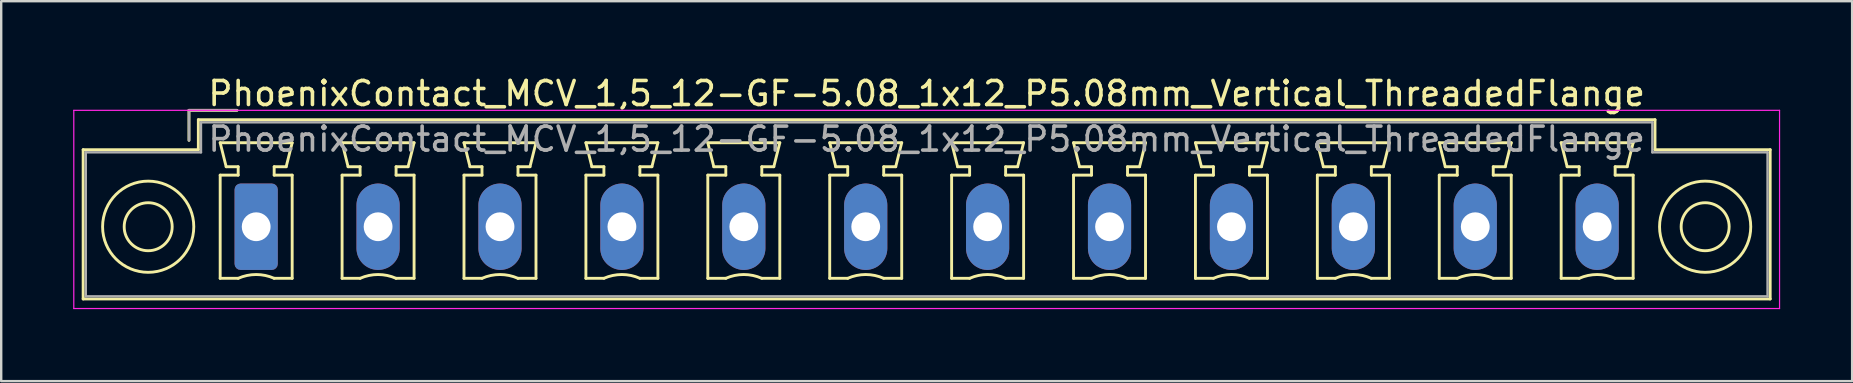
<source format=kicad_pcb>
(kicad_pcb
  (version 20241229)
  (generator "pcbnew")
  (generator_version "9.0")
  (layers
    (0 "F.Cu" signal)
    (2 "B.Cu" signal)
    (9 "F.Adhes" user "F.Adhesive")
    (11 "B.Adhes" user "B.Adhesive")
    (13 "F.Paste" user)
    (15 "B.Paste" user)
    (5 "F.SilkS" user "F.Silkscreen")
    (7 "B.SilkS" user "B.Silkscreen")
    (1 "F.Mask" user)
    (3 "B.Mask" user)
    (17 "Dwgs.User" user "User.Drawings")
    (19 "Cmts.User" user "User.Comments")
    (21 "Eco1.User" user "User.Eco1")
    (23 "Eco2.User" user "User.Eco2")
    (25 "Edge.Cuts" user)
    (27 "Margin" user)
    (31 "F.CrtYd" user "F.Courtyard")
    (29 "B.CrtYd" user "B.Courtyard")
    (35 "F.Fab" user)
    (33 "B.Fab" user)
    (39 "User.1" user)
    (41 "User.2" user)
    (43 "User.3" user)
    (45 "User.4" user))
  (footprint "PhoenixContact_MCV_1,5_12-GF-5.08_1x12_P5.08mm_Vertical_ThreadedFlange"
    (layer "F.Cu")
    (at 7.625 6.398)
    (property "Reference" "PhoenixContact_MCV_1,5_12-GF-5.08_1x12_P5.08mm_Vertical_ThreadedFlange" (at 27.94 -5.55 0) (layer "F.SilkS") (effects (font (size 1 1) (thickness 0.15))))
    (attr through_hole)
    (fp_line (start -7.21 -3.21) (end -7.21 3.01) (stroke (width 0.12) (type solid)) (layer "F.SilkS"))
    (fp_line (start -7.21 3.01) (end 63.09 3.01) (stroke (width 0.12) (type solid)) (layer "F.SilkS"))
    (fp_line (start -2.8 -4.85) (end -0.8 -4.85) (stroke (width 0.12) (type solid)) (layer "F.SilkS"))
    (fp_line (start -2.8 -3.6) (end -2.8 -4.85) (stroke (width 0.12) (type solid)) (layer "F.SilkS"))
    (fp_line (start -2.41 -4.46) (end -2.41 -3.21) (stroke (width 0.12) (type solid)) (layer "F.SilkS"))
    (fp_line (start -2.41 -3.21) (end -7.21 -3.21) (stroke (width 0.12) (type solid)) (layer "F.SilkS"))
    (fp_line (start -1.5 -3.5) (end 1.5 -3.5) (stroke (width 0.12) (type solid)) (layer "F.SilkS"))
    (fp_line (start -1.5 -2.15) (end -0.75 -2.15) (stroke (width 0.12) (type solid)) (layer "F.SilkS"))
    (fp_line (start -1.5 2.15) (end -1.5 -2.15) (stroke (width 0.12) (type solid)) (layer "F.SilkS"))
    (fp_line (start -1.25 -2.5) (end -1.5 -3.5) (stroke (width 0.12) (type solid)) (layer "F.SilkS"))
    (fp_line (start -0.75 -2.5) (end -1.25 -2.5) (stroke (width 0.12) (type solid)) (layer "F.SilkS"))
    (fp_line (start -0.75 -2.15) (end -0.75 -2.5) (stroke (width 0.12) (type solid)) (layer "F.SilkS"))
    (fp_line (start -0.75 2.15) (end -1.5 2.15) (stroke (width 0.12) (type solid)) (layer "F.SilkS"))
    (fp_line (start 0.75 -2.5) (end 0.75 -2.15) (stroke (width 0.12) (type solid)) (layer "F.SilkS"))
    (fp_line (start 0.75 -2.15) (end 1.5 -2.15) (stroke (width 0.12) (type solid)) (layer "F.SilkS"))
    (fp_line (start 1.25 -2.5) (end 0.75 -2.5) (stroke (width 0.12) (type solid)) (layer "F.SilkS"))
    (fp_line (start 1.5 -3.5) (end 1.25 -2.5) (stroke (width 0.12) (type solid)) (layer "F.SilkS"))
    (fp_line (start 1.5 -2.15) (end 1.5 2.15) (stroke (width 0.12) (type solid)) (layer "F.SilkS"))
    (fp_line (start 1.5 2.15) (end 0.75 2.15) (stroke (width 0.12) (type solid)) (layer "F.SilkS"))
    (fp_line (start 3.58 -3.5) (end 6.58 -3.5) (stroke (width 0.12) (type solid)) (layer "F.SilkS"))
    (fp_line (start 3.58 -2.15) (end 4.33 -2.15) (stroke (width 0.12) (type solid)) (layer "F.SilkS"))
    (fp_line (start 3.58 2.15) (end 3.58 -2.15) (stroke (width 0.12) (type solid)) (layer "F.SilkS"))
    (fp_line (start 3.83 -2.5) (end 3.58 -3.5) (stroke (width 0.12) (type solid)) (layer "F.SilkS"))
    (fp_line (start 4.33 -2.5) (end 3.83 -2.5) (stroke (width 0.12) (type solid)) (layer "F.SilkS"))
    (fp_line (start 4.33 -2.15) (end 4.33 -2.5) (stroke (width 0.12) (type solid)) (layer "F.SilkS"))
    (fp_line (start 4.33 2.15) (end 3.58 2.15) (stroke (width 0.12) (type solid)) (layer "F.SilkS"))
    (fp_line (start 5.83 -2.5) (end 5.83 -2.15) (stroke (width 0.12) (type solid)) (layer "F.SilkS"))
    (fp_line (start 5.83 -2.15) (end 6.58 -2.15) (stroke (width 0.12) (type solid)) (layer "F.SilkS"))
    (fp_line (start 6.33 -2.5) (end 5.83 -2.5) (stroke (width 0.12) (type solid)) (layer "F.SilkS"))
    (fp_line (start 6.58 -3.5) (end 6.33 -2.5) (stroke (width 0.12) (type solid)) (layer "F.SilkS"))
    (fp_line (start 6.58 -2.15) (end 6.58 2.15) (stroke (width 0.12) (type solid)) (layer "F.SilkS"))
    (fp_line (start 6.58 2.15) (end 5.83 2.15) (stroke (width 0.12) (type solid)) (layer "F.SilkS"))
    (fp_line (start 8.66 -3.5) (end 11.66 -3.5) (stroke (width 0.12) (type solid)) (layer "F.SilkS"))
    (fp_line (start 8.66 -2.15) (end 9.41 -2.15) (stroke (width 0.12) (type solid)) (layer "F.SilkS"))
    (fp_line (start 8.66 2.15) (end 8.66 -2.15) (stroke (width 0.12) (type solid)) (layer "F.SilkS"))
    (fp_line (start 8.91 -2.5) (end 8.66 -3.5) (stroke (width 0.12) (type solid)) (layer "F.SilkS"))
    (fp_line (start 9.41 -2.5) (end 8.91 -2.5) (stroke (width 0.12) (type solid)) (layer "F.SilkS"))
    (fp_line (start 9.41 -2.15) (end 9.41 -2.5) (stroke (width 0.12) (type solid)) (layer "F.SilkS"))
    (fp_line (start 9.41 2.15) (end 8.66 2.15) (stroke (width 0.12) (type solid)) (layer "F.SilkS"))
    (fp_line (start 10.91 -2.5) (end 10.91 -2.15) (stroke (width 0.12) (type solid)) (layer "F.SilkS"))
    (fp_line (start 10.91 -2.15) (end 11.66 -2.15) (stroke (width 0.12) (type solid)) (layer "F.SilkS"))
    (fp_line (start 11.41 -2.5) (end 10.91 -2.5) (stroke (width 0.12) (type solid)) (layer "F.SilkS"))
    (fp_line (start 11.66 -3.5) (end 11.41 -2.5) (stroke (width 0.12) (type solid)) (layer "F.SilkS"))
    (fp_line (start 11.66 -2.15) (end 11.66 2.15) (stroke (width 0.12) (type solid)) (layer "F.SilkS"))
    (fp_line (start 11.66 2.15) (end 10.91 2.15) (stroke (width 0.12) (type solid)) (layer "F.SilkS"))
    (fp_line (start 13.74 -3.5) (end 16.74 -3.5) (stroke (width 0.12) (type solid)) (layer "F.SilkS"))
    (fp_line (start 13.74 -2.15) (end 14.49 -2.15) (stroke (width 0.12) (type solid)) (layer "F.SilkS"))
    (fp_line (start 13.74 2.15) (end 13.74 -2.15) (stroke (width 0.12) (type solid)) (layer "F.SilkS"))
    (fp_line (start 13.99 -2.5) (end 13.74 -3.5) (stroke (width 0.12) (type solid)) (layer "F.SilkS"))
    (fp_line (start 14.49 -2.5) (end 13.99 -2.5) (stroke (width 0.12) (type solid)) (layer "F.SilkS"))
    (fp_line (start 14.49 -2.15) (end 14.49 -2.5) (stroke (width 0.12) (type solid)) (layer "F.SilkS"))
    (fp_line (start 14.49 2.15) (end 13.74 2.15) (stroke (width 0.12) (type solid)) (layer "F.SilkS"))
    (fp_line (start 15.99 -2.5) (end 15.99 -2.15) (stroke (width 0.12) (type solid)) (layer "F.SilkS"))
    (fp_line (start 15.99 -2.15) (end 16.74 -2.15) (stroke (width 0.12) (type solid)) (layer "F.SilkS"))
    (fp_line (start 16.49 -2.5) (end 15.99 -2.5) (stroke (width 0.12) (type solid)) (layer "F.SilkS"))
    (fp_line (start 16.74 -3.5) (end 16.49 -2.5) (stroke (width 0.12) (type solid)) (layer "F.SilkS"))
    (fp_line (start 16.74 -2.15) (end 16.74 2.15) (stroke (width 0.12) (type solid)) (layer "F.SilkS"))
    (fp_line (start 16.74 2.15) (end 15.99 2.15) (stroke (width 0.12) (type solid)) (layer "F.SilkS"))
    (fp_line (start 18.82 -3.5) (end 21.82 -3.5) (stroke (width 0.12) (type solid)) (layer "F.SilkS"))
    (fp_line (start 18.82 -2.15) (end 19.57 -2.15) (stroke (width 0.12) (type solid)) (layer "F.SilkS"))
    (fp_line (start 18.82 2.15) (end 18.82 -2.15) (stroke (width 0.12) (type solid)) (layer "F.SilkS"))
    (fp_line (start 19.07 -2.5) (end 18.82 -3.5) (stroke (width 0.12) (type solid)) (layer "F.SilkS"))
    (fp_line (start 19.57 -2.5) (end 19.07 -2.5) (stroke (width 0.12) (type solid)) (layer "F.SilkS"))
    (fp_line (start 19.57 -2.15) (end 19.57 -2.5) (stroke (width 0.12) (type solid)) (layer "F.SilkS"))
    (fp_line (start 19.57 2.15) (end 18.82 2.15) (stroke (width 0.12) (type solid)) (layer "F.SilkS"))
    (fp_line (start 21.07 -2.5) (end 21.07 -2.15) (stroke (width 0.12) (type solid)) (layer "F.SilkS"))
    (fp_line (start 21.07 -2.15) (end 21.82 -2.15) (stroke (width 0.12) (type solid)) (layer "F.SilkS"))
    (fp_line (start 21.57 -2.5) (end 21.07 -2.5) (stroke (width 0.12) (type solid)) (layer "F.SilkS"))
    (fp_line (start 21.82 -3.5) (end 21.57 -2.5) (stroke (width 0.12) (type solid)) (layer "F.SilkS"))
    (fp_line (start 21.82 -2.15) (end 21.82 2.15) (stroke (width 0.12) (type solid)) (layer "F.SilkS"))
    (fp_line (start 21.82 2.15) (end 21.07 2.15) (stroke (width 0.12) (type solid)) (layer "F.SilkS"))
    (fp_line (start 23.9 -3.5) (end 26.9 -3.5) (stroke (width 0.12) (type solid)) (layer "F.SilkS"))
    (fp_line (start 23.9 -2.15) (end 24.65 -2.15) (stroke (width 0.12) (type solid)) (layer "F.SilkS"))
    (fp_line (start 23.9 2.15) (end 23.9 -2.15) (stroke (width 0.12) (type solid)) (layer "F.SilkS"))
    (fp_line (start 24.15 -2.5) (end 23.9 -3.5) (stroke (width 0.12) (type solid)) (layer "F.SilkS"))
    (fp_line (start 24.65 -2.5) (end 24.15 -2.5) (stroke (width 0.12) (type solid)) (layer "F.SilkS"))
    (fp_line (start 24.65 -2.15) (end 24.65 -2.5) (stroke (width 0.12) (type solid)) (layer "F.SilkS"))
    (fp_line (start 24.65 2.15) (end 23.9 2.15) (stroke (width 0.12) (type solid)) (layer "F.SilkS"))
    (fp_line (start 26.15 -2.5) (end 26.15 -2.15) (stroke (width 0.12) (type solid)) (layer "F.SilkS"))
    (fp_line (start 26.15 -2.15) (end 26.9 -2.15) (stroke (width 0.12) (type solid)) (layer "F.SilkS"))
    (fp_line (start 26.65 -2.5) (end 26.15 -2.5) (stroke (width 0.12) (type solid)) (layer "F.SilkS"))
    (fp_line (start 26.9 -3.5) (end 26.65 -2.5) (stroke (width 0.12) (type solid)) (layer "F.SilkS"))
    (fp_line (start 26.9 -2.15) (end 26.9 2.15) (stroke (width 0.12) (type solid)) (layer "F.SilkS"))
    (fp_line (start 26.9 2.15) (end 26.15 2.15) (stroke (width 0.12) (type solid)) (layer "F.SilkS"))
    (fp_line (start 28.98 -3.5) (end 31.98 -3.5) (stroke (width 0.12) (type solid)) (layer "F.SilkS"))
    (fp_line (start 28.98 -2.15) (end 29.73 -2.15) (stroke (width 0.12) (type solid)) (layer "F.SilkS"))
    (fp_line (start 28.98 2.15) (end 28.98 -2.15) (stroke (width 0.12) (type solid)) (layer "F.SilkS"))
    (fp_line (start 29.23 -2.5) (end 28.98 -3.5) (stroke (width 0.12) (type solid)) (layer "F.SilkS"))
    (fp_line (start 29.73 -2.5) (end 29.23 -2.5) (stroke (width 0.12) (type solid)) (layer "F.SilkS"))
    (fp_line (start 29.73 -2.15) (end 29.73 -2.5) (stroke (width 0.12) (type solid)) (layer "F.SilkS"))
    (fp_line (start 29.73 2.15) (end 28.98 2.15) (stroke (width 0.12) (type solid)) (layer "F.SilkS"))
    (fp_line (start 31.23 -2.5) (end 31.23 -2.15) (stroke (width 0.12) (type solid)) (layer "F.SilkS"))
    (fp_line (start 31.23 -2.15) (end 31.98 -2.15) (stroke (width 0.12) (type solid)) (layer "F.SilkS"))
    (fp_line (start 31.73 -2.5) (end 31.23 -2.5) (stroke (width 0.12) (type solid)) (layer "F.SilkS"))
    (fp_line (start 31.98 -3.5) (end 31.73 -2.5) (stroke (width 0.12) (type solid)) (layer "F.SilkS"))
    (fp_line (start 31.98 -2.15) (end 31.98 2.15) (stroke (width 0.12) (type solid)) (layer "F.SilkS"))
    (fp_line (start 31.98 2.15) (end 31.23 2.15) (stroke (width 0.12) (type solid)) (layer "F.SilkS"))
    (fp_line (start 34.06 -3.5) (end 37.06 -3.5) (stroke (width 0.12) (type solid)) (layer "F.SilkS"))
    (fp_line (start 34.06 -2.15) (end 34.81 -2.15) (stroke (width 0.12) (type solid)) (layer "F.SilkS"))
    (fp_line (start 34.06 2.15) (end 34.06 -2.15) (stroke (width 0.12) (type solid)) (layer "F.SilkS"))
    (fp_line (start 34.31 -2.5) (end 34.06 -3.5) (stroke (width 0.12) (type solid)) (layer "F.SilkS"))
    (fp_line (start 34.81 -2.5) (end 34.31 -2.5) (stroke (width 0.12) (type solid)) (layer "F.SilkS"))
    (fp_line (start 34.81 -2.15) (end 34.81 -2.5) (stroke (width 0.12) (type solid)) (layer "F.SilkS"))
    (fp_line (start 34.81 2.15) (end 34.06 2.15) (stroke (width 0.12) (type solid)) (layer "F.SilkS"))
    (fp_line (start 36.31 -2.5) (end 36.31 -2.15) (stroke (width 0.12) (type solid)) (layer "F.SilkS"))
    (fp_line (start 36.31 -2.15) (end 37.06 -2.15) (stroke (width 0.12) (type solid)) (layer "F.SilkS"))
    (fp_line (start 36.81 -2.5) (end 36.31 -2.5) (stroke (width 0.12) (type solid)) (layer "F.SilkS"))
    (fp_line (start 37.06 -3.5) (end 36.81 -2.5) (stroke (width 0.12) (type solid)) (layer "F.SilkS"))
    (fp_line (start 37.06 -2.15) (end 37.06 2.15) (stroke (width 0.12) (type solid)) (layer "F.SilkS"))
    (fp_line (start 37.06 2.15) (end 36.31 2.15) (stroke (width 0.12) (type solid)) (layer "F.SilkS"))
    (fp_line (start 39.14 -3.5) (end 42.14 -3.5) (stroke (width 0.12) (type solid)) (layer "F.SilkS"))
    (fp_line (start 39.14 -2.15) (end 39.89 -2.15) (stroke (width 0.12) (type solid)) (layer "F.SilkS"))
    (fp_line (start 39.14 2.15) (end 39.14 -2.15) (stroke (width 0.12) (type solid)) (layer "F.SilkS"))
    (fp_line (start 39.39 -2.5) (end 39.14 -3.5) (stroke (width 0.12) (type solid)) (layer "F.SilkS"))
    (fp_line (start 39.89 -2.5) (end 39.39 -2.5) (stroke (width 0.12) (type solid)) (layer "F.SilkS"))
    (fp_line (start 39.89 -2.15) (end 39.89 -2.5) (stroke (width 0.12) (type solid)) (layer "F.SilkS"))
    (fp_line (start 39.89 2.15) (end 39.14 2.15) (stroke (width 0.12) (type solid)) (layer "F.SilkS"))
    (fp_line (start 41.39 -2.5) (end 41.39 -2.15) (stroke (width 0.12) (type solid)) (layer "F.SilkS"))
    (fp_line (start 41.39 -2.15) (end 42.14 -2.15) (stroke (width 0.12) (type solid)) (layer "F.SilkS"))
    (fp_line (start 41.89 -2.5) (end 41.39 -2.5) (stroke (width 0.12) (type solid)) (layer "F.SilkS"))
    (fp_line (start 42.14 -3.5) (end 41.89 -2.5) (stroke (width 0.12) (type solid)) (layer "F.SilkS"))
    (fp_line (start 42.14 -2.15) (end 42.14 2.15) (stroke (width 0.12) (type solid)) (layer "F.SilkS"))
    (fp_line (start 42.14 2.15) (end 41.39 2.15) (stroke (width 0.12) (type solid)) (layer "F.SilkS"))
    (fp_line (start 44.22 -3.5) (end 47.22 -3.5) (stroke (width 0.12) (type solid)) (layer "F.SilkS"))
    (fp_line (start 44.22 -2.15) (end 44.97 -2.15) (stroke (width 0.12) (type solid)) (layer "F.SilkS"))
    (fp_line (start 44.22 2.15) (end 44.22 -2.15) (stroke (width 0.12) (type solid)) (layer "F.SilkS"))
    (fp_line (start 44.47 -2.5) (end 44.22 -3.5) (stroke (width 0.12) (type solid)) (layer "F.SilkS"))
    (fp_line (start 44.97 -2.5) (end 44.47 -2.5) (stroke (width 0.12) (type solid)) (layer "F.SilkS"))
    (fp_line (start 44.97 -2.15) (end 44.97 -2.5) (stroke (width 0.12) (type solid)) (layer "F.SilkS"))
    (fp_line (start 44.97 2.15) (end 44.22 2.15) (stroke (width 0.12) (type solid)) (layer "F.SilkS"))
    (fp_line (start 46.47 -2.5) (end 46.47 -2.15) (stroke (width 0.12) (type solid)) (layer "F.SilkS"))
    (fp_line (start 46.47 -2.15) (end 47.22 -2.15) (stroke (width 0.12) (type solid)) (layer "F.SilkS"))
    (fp_line (start 46.97 -2.5) (end 46.47 -2.5) (stroke (width 0.12) (type solid)) (layer "F.SilkS"))
    (fp_line (start 47.22 -3.5) (end 46.97 -2.5) (stroke (width 0.12) (type solid)) (layer "F.SilkS"))
    (fp_line (start 47.22 -2.15) (end 47.22 2.15) (stroke (width 0.12) (type solid)) (layer "F.SilkS"))
    (fp_line (start 47.22 2.15) (end 46.47 2.15) (stroke (width 0.12) (type solid)) (layer "F.SilkS"))
    (fp_line (start 49.3 -3.5) (end 52.3 -3.5) (stroke (width 0.12) (type solid)) (layer "F.SilkS"))
    (fp_line (start 49.3 -2.15) (end 50.05 -2.15) (stroke (width 0.12) (type solid)) (layer "F.SilkS"))
    (fp_line (start 49.3 2.15) (end 49.3 -2.15) (stroke (width 0.12) (type solid)) (layer "F.SilkS"))
    (fp_line (start 49.55 -2.5) (end 49.3 -3.5) (stroke (width 0.12) (type solid)) (layer "F.SilkS"))
    (fp_line (start 50.05 -2.5) (end 49.55 -2.5) (stroke (width 0.12) (type solid)) (layer "F.SilkS"))
    (fp_line (start 50.05 -2.15) (end 50.05 -2.5) (stroke (width 0.12) (type solid)) (layer "F.SilkS"))
    (fp_line (start 50.05 2.15) (end 49.3 2.15) (stroke (width 0.12) (type solid)) (layer "F.SilkS"))
    (fp_line (start 51.55 -2.5) (end 51.55 -2.15) (stroke (width 0.12) (type solid)) (layer "F.SilkS"))
    (fp_line (start 51.55 -2.15) (end 52.3 -2.15) (stroke (width 0.12) (type solid)) (layer "F.SilkS"))
    (fp_line (start 52.05 -2.5) (end 51.55 -2.5) (stroke (width 0.12) (type solid)) (layer "F.SilkS"))
    (fp_line (start 52.3 -3.5) (end 52.05 -2.5) (stroke (width 0.12) (type solid)) (layer "F.SilkS"))
    (fp_line (start 52.3 -2.15) (end 52.3 2.15) (stroke (width 0.12) (type solid)) (layer "F.SilkS"))
    (fp_line (start 52.3 2.15) (end 51.55 2.15) (stroke (width 0.12) (type solid)) (layer "F.SilkS"))
    (fp_line (start 54.38 -3.5) (end 57.38 -3.5) (stroke (width 0.12) (type solid)) (layer "F.SilkS"))
    (fp_line (start 54.38 -2.15) (end 55.13 -2.15) (stroke (width 0.12) (type solid)) (layer "F.SilkS"))
    (fp_line (start 54.38 2.15) (end 54.38 -2.15) (stroke (width 0.12) (type solid)) (layer "F.SilkS"))
    (fp_line (start 54.63 -2.5) (end 54.38 -3.5) (stroke (width 0.12) (type solid)) (layer "F.SilkS"))
    (fp_line (start 55.13 -2.5) (end 54.63 -2.5) (stroke (width 0.12) (type solid)) (layer "F.SilkS"))
    (fp_line (start 55.13 -2.15) (end 55.13 -2.5) (stroke (width 0.12) (type solid)) (layer "F.SilkS"))
    (fp_line (start 55.13 2.15) (end 54.38 2.15) (stroke (width 0.12) (type solid)) (layer "F.SilkS"))
    (fp_line (start 56.63 -2.5) (end 56.63 -2.15) (stroke (width 0.12) (type solid)) (layer "F.SilkS"))
    (fp_line (start 56.63 -2.15) (end 57.38 -2.15) (stroke (width 0.12) (type solid)) (layer "F.SilkS"))
    (fp_line (start 57.13 -2.5) (end 56.63 -2.5) (stroke (width 0.12) (type solid)) (layer "F.SilkS"))
    (fp_line (start 57.38 -3.5) (end 57.13 -2.5) (stroke (width 0.12) (type solid)) (layer "F.SilkS"))
    (fp_line (start 57.38 -2.15) (end 57.38 2.15) (stroke (width 0.12) (type solid)) (layer "F.SilkS"))
    (fp_line (start 57.38 2.15) (end 56.63 2.15) (stroke (width 0.12) (type solid)) (layer "F.SilkS"))
    (fp_line (start 58.29 -4.46) (end -2.41 -4.46) (stroke (width 0.12) (type solid)) (layer "F.SilkS"))
    (fp_line (start 58.29 -3.21) (end 58.29 -4.46) (stroke (width 0.12) (type solid)) (layer "F.SilkS"))
    (fp_line (start 63.09 -3.21) (end 58.29 -3.21) (stroke (width 0.12) (type solid)) (layer "F.SilkS"))
    (fp_line (start 63.09 3.01) (end 63.09 -3.21) (stroke (width 0.12) (type solid)) (layer "F.SilkS"))
    (fp_arc (start -0.75 2.15) (mid -0.000193 1.99191) (end 0.749647 2.149844) (stroke (width 0.12) (type solid)) (layer "F.SilkS"))
    (fp_arc (start 4.33 2.15) (mid 5.079807 1.99191) (end 5.829647 2.149844) (stroke (width 0.12) (type solid)) (layer "F.SilkS"))
    (fp_arc (start 9.41 2.15) (mid 10.159807 1.99191) (end 10.909647 2.149844) (stroke (width 0.12) (type solid)) (layer "F.SilkS"))
    (fp_arc (start 14.49 2.15) (mid 15.239807 1.99191) (end 15.989647 2.149844) (stroke (width 0.12) (type solid)) (layer "F.SilkS"))
    (fp_arc (start 19.57 2.15) (mid 20.319807 1.99191) (end 21.069647 2.149844) (stroke (width 0.12) (type solid)) (layer "F.SilkS"))
    (fp_arc (start 24.65 2.15) (mid 25.399807 1.99191) (end 26.149647 2.149844) (stroke (width 0.12) (type solid)) (layer "F.SilkS"))
    (fp_arc (start 29.73 2.15) (mid 30.479807 1.99191) (end 31.229647 2.149844) (stroke (width 0.12) (type solid)) (layer "F.SilkS"))
    (fp_arc (start 34.81 2.15) (mid 35.559807 1.99191) (end 36.309647 2.149844) (stroke (width 0.12) (type solid)) (layer "F.SilkS"))
    (fp_arc (start 39.89 2.15) (mid 40.639807 1.99191) (end 41.389647 2.149844) (stroke (width 0.12) (type solid)) (layer "F.SilkS"))
    (fp_arc (start 44.97 2.15) (mid 45.719807 1.99191) (end 46.469647 2.149844) (stroke (width 0.12) (type solid)) (layer "F.SilkS"))
    (fp_arc (start 50.05 2.15) (mid 50.799807 1.99191) (end 51.549647 2.149844) (stroke (width 0.12) (type solid)) (layer "F.SilkS"))
    (fp_arc (start 55.13 2.15) (mid 55.879807 1.99191) (end 56.629647 2.149844) (stroke (width 0.12) (type solid)) (layer "F.SilkS"))
    (fp_circle (center -4.5 0) (end -3.5 0) (stroke (width 0.12) (type solid)) (fill no) (layer "F.SilkS"))
    (fp_circle (center -4.5 0) (end -2.6 0) (stroke (width 0.12) (type solid)) (fill no) (layer "F.SilkS"))
    (fp_circle (center 60.38 0) (end 61.38 0) (stroke (width 0.12) (type solid)) (fill no) (layer "F.SilkS"))
    (fp_circle (center 60.38 0) (end 62.28 0) (stroke (width 0.12) (type solid)) (fill no) (layer "F.SilkS"))
    (fp_line (start -7.6 -4.85) (end -7.6 3.41) (stroke (width 0.05) (type solid)) (layer "F.CrtYd"))
    (fp_line (start -7.6 3.41) (end 63.48 3.41) (stroke (width 0.05) (type solid)) (layer "F.CrtYd"))
    (fp_line (start 63.48 -4.85) (end -7.6 -4.85) (stroke (width 0.05) (type solid)) (layer "F.CrtYd"))
    (fp_line (start 63.48 3.41) (end 63.48 -4.85) (stroke (width 0.05) (type solid)) (layer "F.CrtYd"))
    (fp_line (start -7.1 -3.1) (end -7.1 2.9) (stroke (width 0.1) (type solid)) (layer "F.Fab"))
    (fp_line (start -7.1 2.9) (end 62.98 2.9) (stroke (width 0.1) (type solid)) (layer "F.Fab"))
    (fp_line (start -2.8 -4.85) (end -0.8 -4.85) (stroke (width 0.1) (type solid)) (layer "F.Fab"))
    (fp_line (start -2.8 -3.6) (end -2.8 -4.85) (stroke (width 0.1) (type solid)) (layer "F.Fab"))
    (fp_line (start -2.3 -4.35) (end -2.3 -3.1) (stroke (width 0.1) (type solid)) (layer "F.Fab"))
    (fp_line (start -2.3 -3.1) (end -7.1 -3.1) (stroke (width 0.1) (type solid)) (layer "F.Fab"))
    (fp_line (start 58.18 -4.35) (end -2.3 -4.35) (stroke (width 0.1) (type solid)) (layer "F.Fab"))
    (fp_line (start 58.18 -3.1) (end 58.18 -4.35) (stroke (width 0.1) (type solid)) (layer "F.Fab"))
    (fp_line (start 62.98 -3.1) (end 58.18 -3.1) (stroke (width 0.1) (type solid)) (layer "F.Fab"))
    (fp_line (start 62.98 2.9) (end 62.98 -3.1) (stroke (width 0.1) (type solid)) (layer "F.Fab"))
    (fp_text user "${REFERENCE}" (at 27.94 -3.65 0) (layer "F.Fab") (effects (font (size 1 1) (thickness 0.15))))
    (pad "1" thru_hole roundrect (at 0 0) (size 1.8 3.6) (drill 1.2) (layers "*.Cu" "*.Mask") (roundrect_rratio 0.139))
    (pad "2" thru_hole oval (at 5.08 0) (size 1.8 3.6) (drill 1.2) (layers "*.Cu" "*.Mask"))
    (pad "3" thru_hole oval (at 10.16 0) (size 1.8 3.6) (drill 1.2) (layers "*.Cu" "*.Mask"))
    (pad "4" thru_hole oval (at 15.24 0) (size 1.8 3.6) (drill 1.2) (layers "*.Cu" "*.Mask"))
    (pad "5" thru_hole oval (at 20.32 0) (size 1.8 3.6) (drill 1.2) (layers "*.Cu" "*.Mask"))
    (pad "6" thru_hole oval (at 25.4 0) (size 1.8 3.6) (drill 1.2) (layers "*.Cu" "*.Mask"))
    (pad "7" thru_hole oval (at 30.48 0) (size 1.8 3.6) (drill 1.2) (layers "*.Cu" "*.Mask"))
    (pad "8" thru_hole oval (at 35.56 0) (size 1.8 3.6) (drill 1.2) (layers "*.Cu" "*.Mask"))
    (pad "9" thru_hole oval (at 40.64 0) (size 1.8 3.6) (drill 1.2) (layers "*.Cu" "*.Mask"))
    (pad "10" thru_hole oval (at 45.72 0) (size 1.8 3.6) (drill 1.2) (layers "*.Cu" "*.Mask"))
    (pad "11" thru_hole oval (at 50.8 0) (size 1.8 3.6) (drill 1.2) (layers "*.Cu" "*.Mask"))
    (pad "12" thru_hole oval (at 55.88 0) (size 1.8 3.6) (drill 1.2) (layers "*.Cu" "*.Mask")))
  (gr_rect
    (start -3 -3)
    (end 74.13 12.833)
    (stroke (width 0.1) (type default))
    (fill no)
    (layer "Edge.Cuts")))
</source>
